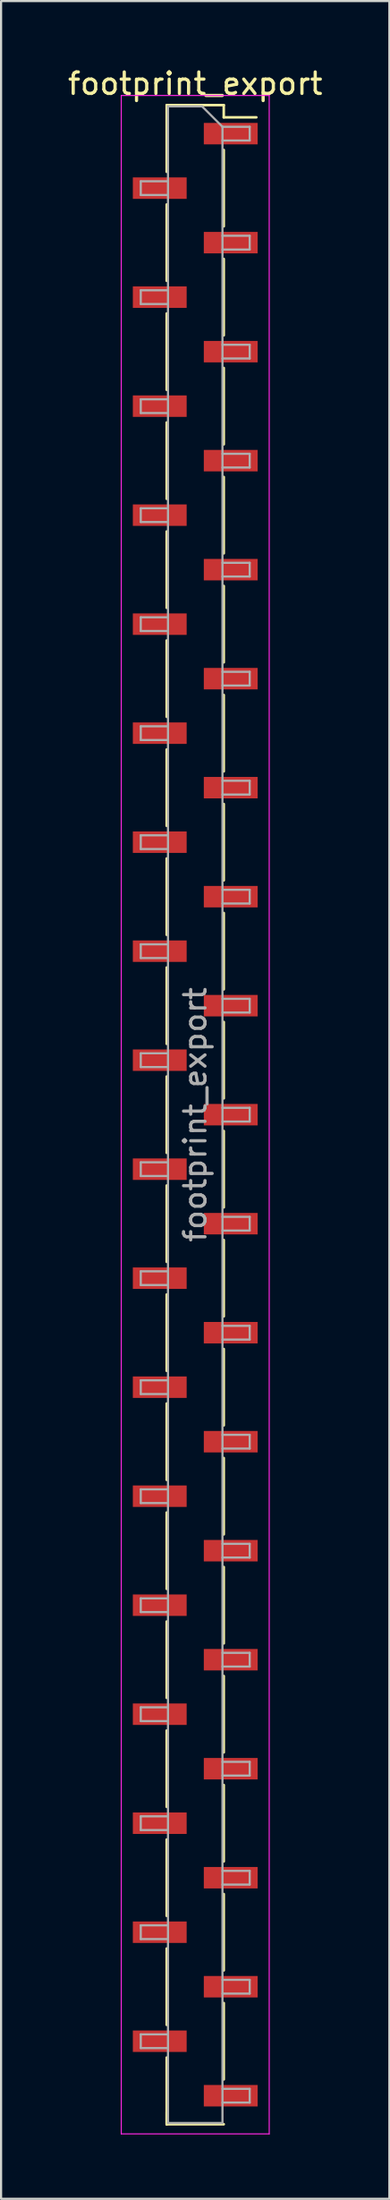
<source format=kicad_pcb>
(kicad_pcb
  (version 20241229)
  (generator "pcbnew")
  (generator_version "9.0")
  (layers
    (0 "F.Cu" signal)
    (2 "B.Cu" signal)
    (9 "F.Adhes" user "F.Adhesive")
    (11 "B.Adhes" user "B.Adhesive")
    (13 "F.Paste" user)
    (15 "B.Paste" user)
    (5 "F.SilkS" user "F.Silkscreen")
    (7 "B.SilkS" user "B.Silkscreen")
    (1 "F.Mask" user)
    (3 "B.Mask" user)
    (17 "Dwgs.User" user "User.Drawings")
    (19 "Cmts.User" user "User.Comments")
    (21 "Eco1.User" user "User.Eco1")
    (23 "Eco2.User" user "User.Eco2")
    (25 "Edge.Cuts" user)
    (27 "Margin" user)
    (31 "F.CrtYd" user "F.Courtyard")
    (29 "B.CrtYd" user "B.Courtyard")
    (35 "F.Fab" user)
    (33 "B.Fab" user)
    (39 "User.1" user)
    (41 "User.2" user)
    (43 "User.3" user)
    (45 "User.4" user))
  (footprint "footprint_export"
    (layer "F.Cu")
    (at 6.054 48.898)
    (property "Reference" "footprint_export" (at 0 -48.05 0) (layer "F.SilkS") (effects (font (size 1 1) (thickness 0.15))))
    (attr smd)
    (fp_line (start -1.33 -47.05) (end -1.33 -43.94) (stroke (width 0.12) (type solid)) (layer "F.SilkS"))
    (fp_line (start -1.33 -47.05) (end 1.33 -47.05) (stroke (width 0.12) (type solid)) (layer "F.SilkS"))
    (fp_line (start -1.33 -42.42) (end -1.33 -38.86) (stroke (width 0.12) (type solid)) (layer "F.SilkS"))
    (fp_line (start -1.33 -37.34) (end -1.33 -33.78) (stroke (width 0.12) (type solid)) (layer "F.SilkS"))
    (fp_line (start -1.33 -32.26) (end -1.33 -28.7) (stroke (width 0.12) (type solid)) (layer "F.SilkS"))
    (fp_line (start -1.33 -27.18) (end -1.33 -23.62) (stroke (width 0.12) (type solid)) (layer "F.SilkS"))
    (fp_line (start -1.33 -22.1) (end -1.33 -18.54) (stroke (width 0.12) (type solid)) (layer "F.SilkS"))
    (fp_line (start -1.33 -17.02) (end -1.33 -13.46) (stroke (width 0.12) (type solid)) (layer "F.SilkS"))
    (fp_line (start -1.33 -11.94) (end -1.33 -8.38) (stroke (width 0.12) (type solid)) (layer "F.SilkS"))
    (fp_line (start -1.33 -6.86) (end -1.33 -3.3) (stroke (width 0.12) (type solid)) (layer "F.SilkS"))
    (fp_line (start -1.33 -1.78) (end -1.33 1.78) (stroke (width 0.12) (type solid)) (layer "F.SilkS"))
    (fp_line (start -1.33 3.3) (end -1.33 6.86) (stroke (width 0.12) (type solid)) (layer "F.SilkS"))
    (fp_line (start -1.33 8.38) (end -1.33 11.94) (stroke (width 0.12) (type solid)) (layer "F.SilkS"))
    (fp_line (start -1.33 13.46) (end -1.33 17.02) (stroke (width 0.12) (type solid)) (layer "F.SilkS"))
    (fp_line (start -1.33 18.54) (end -1.33 22.1) (stroke (width 0.12) (type solid)) (layer "F.SilkS"))
    (fp_line (start -1.33 23.62) (end -1.33 27.18) (stroke (width 0.12) (type solid)) (layer "F.SilkS"))
    (fp_line (start -1.33 28.7) (end -1.33 32.26) (stroke (width 0.12) (type solid)) (layer "F.SilkS"))
    (fp_line (start -1.33 33.78) (end -1.33 37.34) (stroke (width 0.12) (type solid)) (layer "F.SilkS"))
    (fp_line (start -1.33 38.86) (end -1.33 42.42) (stroke (width 0.12) (type solid)) (layer "F.SilkS"))
    (fp_line (start -1.33 43.94) (end -1.33 47.05) (stroke (width 0.12) (type solid)) (layer "F.SilkS"))
    (fp_line (start -1.33 46.48) (end -1.33 47.05) (stroke (width 0.12) (type solid)) (layer "F.SilkS"))
    (fp_line (start -1.33 47.05) (end 1.33 47.05) (stroke (width 0.12) (type solid)) (layer "F.SilkS"))
    (fp_line (start 1.33 -47.05) (end 1.33 -46.48) (stroke (width 0.12) (type solid)) (layer "F.SilkS"))
    (fp_line (start 1.33 -46.48) (end 2.85 -46.48) (stroke (width 0.12) (type solid)) (layer "F.SilkS"))
    (fp_line (start 1.33 -44.96) (end 1.33 -41.4) (stroke (width 0.12) (type solid)) (layer "F.SilkS"))
    (fp_line (start 1.33 -39.88) (end 1.33 -36.32) (stroke (width 0.12) (type solid)) (layer "F.SilkS"))
    (fp_line (start 1.33 -34.8) (end 1.33 -31.24) (stroke (width 0.12) (type solid)) (layer "F.SilkS"))
    (fp_line (start 1.33 -29.72) (end 1.33 -26.16) (stroke (width 0.12) (type solid)) (layer "F.SilkS"))
    (fp_line (start 1.33 -24.64) (end 1.33 -21.08) (stroke (width 0.12) (type solid)) (layer "F.SilkS"))
    (fp_line (start 1.33 -19.56) (end 1.33 -16) (stroke (width 0.12) (type solid)) (layer "F.SilkS"))
    (fp_line (start 1.33 -14.48) (end 1.33 -10.92) (stroke (width 0.12) (type solid)) (layer "F.SilkS"))
    (fp_line (start 1.33 -9.4) (end 1.33 -5.84) (stroke (width 0.12) (type solid)) (layer "F.SilkS"))
    (fp_line (start 1.33 -4.32) (end 1.33 -0.76) (stroke (width 0.12) (type solid)) (layer "F.SilkS"))
    (fp_line (start 1.33 0.76) (end 1.33 4.32) (stroke (width 0.12) (type solid)) (layer "F.SilkS"))
    (fp_line (start 1.33 5.84) (end 1.33 9.4) (stroke (width 0.12) (type solid)) (layer "F.SilkS"))
    (fp_line (start 1.33 10.92) (end 1.33 14.48) (stroke (width 0.12) (type solid)) (layer "F.SilkS"))
    (fp_line (start 1.33 16) (end 1.33 19.56) (stroke (width 0.12) (type solid)) (layer "F.SilkS"))
    (fp_line (start 1.33 21.08) (end 1.33 24.64) (stroke (width 0.12) (type solid)) (layer "F.SilkS"))
    (fp_line (start 1.33 26.16) (end 1.33 29.72) (stroke (width 0.12) (type solid)) (layer "F.SilkS"))
    (fp_line (start 1.33 31.24) (end 1.33 34.8) (stroke (width 0.12) (type solid)) (layer "F.SilkS"))
    (fp_line (start 1.33 36.32) (end 1.33 39.88) (stroke (width 0.12) (type solid)) (layer "F.SilkS"))
    (fp_line (start 1.33 41.4) (end 1.33 44.96) (stroke (width 0.12) (type solid)) (layer "F.SilkS"))
    (fp_line (start -3.45 -47.5) (end -3.45 47.5) (stroke (width 0.05) (type solid)) (layer "F.CrtYd"))
    (fp_line (start -3.45 47.5) (end 3.45 47.5) (stroke (width 0.05) (type solid)) (layer "F.CrtYd"))
    (fp_line (start 3.45 -47.5) (end -3.45 -47.5) (stroke (width 0.05) (type solid)) (layer "F.CrtYd"))
    (fp_line (start 3.45 47.5) (end 3.45 -47.5) (stroke (width 0.05) (type solid)) (layer "F.CrtYd"))
    (fp_line (start -2.54 -43.5) (end -2.54 -42.86) (stroke (width 0.1) (type solid)) (layer "F.Fab"))
    (fp_line (start -2.54 -42.86) (end -1.27 -42.86) (stroke (width 0.1) (type solid)) (layer "F.Fab"))
    (fp_line (start -2.54 -38.42) (end -2.54 -37.78) (stroke (width 0.1) (type solid)) (layer "F.Fab"))
    (fp_line (start -2.54 -37.78) (end -1.27 -37.78) (stroke (width 0.1) (type solid)) (layer "F.Fab"))
    (fp_line (start -2.54 -33.34) (end -2.54 -32.7) (stroke (width 0.1) (type solid)) (layer "F.Fab"))
    (fp_line (start -2.54 -32.7) (end -1.27 -32.7) (stroke (width 0.1) (type solid)) (layer "F.Fab"))
    (fp_line (start -2.54 -28.26) (end -2.54 -27.62) (stroke (width 0.1) (type solid)) (layer "F.Fab"))
    (fp_line (start -2.54 -27.62) (end -1.27 -27.62) (stroke (width 0.1) (type solid)) (layer "F.Fab"))
    (fp_line (start -2.54 -23.18) (end -2.54 -22.54) (stroke (width 0.1) (type solid)) (layer "F.Fab"))
    (fp_line (start -2.54 -22.54) (end -1.27 -22.54) (stroke (width 0.1) (type solid)) (layer "F.Fab"))
    (fp_line (start -2.54 -18.1) (end -2.54 -17.46) (stroke (width 0.1) (type solid)) (layer "F.Fab"))
    (fp_line (start -2.54 -17.46) (end -1.27 -17.46) (stroke (width 0.1) (type solid)) (layer "F.Fab"))
    (fp_line (start -2.54 -13.02) (end -2.54 -12.38) (stroke (width 0.1) (type solid)) (layer "F.Fab"))
    (fp_line (start -2.54 -12.38) (end -1.27 -12.38) (stroke (width 0.1) (type solid)) (layer "F.Fab"))
    (fp_line (start -2.54 -7.94) (end -2.54 -7.3) (stroke (width 0.1) (type solid)) (layer "F.Fab"))
    (fp_line (start -2.54 -7.3) (end -1.27 -7.3) (stroke (width 0.1) (type solid)) (layer "F.Fab"))
    (fp_line (start -2.54 -2.86) (end -2.54 -2.22) (stroke (width 0.1) (type solid)) (layer "F.Fab"))
    (fp_line (start -2.54 -2.22) (end -1.27 -2.22) (stroke (width 0.1) (type solid)) (layer "F.Fab"))
    (fp_line (start -2.54 2.22) (end -2.54 2.86) (stroke (width 0.1) (type solid)) (layer "F.Fab"))
    (fp_line (start -2.54 2.86) (end -1.27 2.86) (stroke (width 0.1) (type solid)) (layer "F.Fab"))
    (fp_line (start -2.54 7.3) (end -2.54 7.94) (stroke (width 0.1) (type solid)) (layer "F.Fab"))
    (fp_line (start -2.54 7.94) (end -1.27 7.94) (stroke (width 0.1) (type solid)) (layer "F.Fab"))
    (fp_line (start -2.54 12.38) (end -2.54 13.02) (stroke (width 0.1) (type solid)) (layer "F.Fab"))
    (fp_line (start -2.54 13.02) (end -1.27 13.02) (stroke (width 0.1) (type solid)) (layer "F.Fab"))
    (fp_line (start -2.54 17.46) (end -2.54 18.1) (stroke (width 0.1) (type solid)) (layer "F.Fab"))
    (fp_line (start -2.54 18.1) (end -1.27 18.1) (stroke (width 0.1) (type solid)) (layer "F.Fab"))
    (fp_line (start -2.54 22.54) (end -2.54 23.18) (stroke (width 0.1) (type solid)) (layer "F.Fab"))
    (fp_line (start -2.54 23.18) (end -1.27 23.18) (stroke (width 0.1) (type solid)) (layer "F.Fab"))
    (fp_line (start -2.54 27.62) (end -2.54 28.26) (stroke (width 0.1) (type solid)) (layer "F.Fab"))
    (fp_line (start -2.54 28.26) (end -1.27 28.26) (stroke (width 0.1) (type solid)) (layer "F.Fab"))
    (fp_line (start -2.54 32.7) (end -2.54 33.34) (stroke (width 0.1) (type solid)) (layer "F.Fab"))
    (fp_line (start -2.54 33.34) (end -1.27 33.34) (stroke (width 0.1) (type solid)) (layer "F.Fab"))
    (fp_line (start -2.54 37.78) (end -2.54 38.42) (stroke (width 0.1) (type solid)) (layer "F.Fab"))
    (fp_line (start -2.54 38.42) (end -1.27 38.42) (stroke (width 0.1) (type solid)) (layer "F.Fab"))
    (fp_line (start -2.54 42.86) (end -2.54 43.5) (stroke (width 0.1) (type solid)) (layer "F.Fab"))
    (fp_line (start -2.54 43.5) (end -1.27 43.5) (stroke (width 0.1) (type solid)) (layer "F.Fab"))
    (fp_line (start -1.27 -46.99) (end -1.27 46.99) (stroke (width 0.1) (type solid)) (layer "F.Fab"))
    (fp_line (start -1.27 -46.99) (end 0.32 -46.99) (stroke (width 0.1) (type solid)) (layer "F.Fab"))
    (fp_line (start -1.27 -43.5) (end -2.54 -43.5) (stroke (width 0.1) (type solid)) (layer "F.Fab"))
    (fp_line (start -1.27 -38.42) (end -2.54 -38.42) (stroke (width 0.1) (type solid)) (layer "F.Fab"))
    (fp_line (start -1.27 -33.34) (end -2.54 -33.34) (stroke (width 0.1) (type solid)) (layer "F.Fab"))
    (fp_line (start -1.27 -28.26) (end -2.54 -28.26) (stroke (width 0.1) (type solid)) (layer "F.Fab"))
    (fp_line (start -1.27 -23.18) (end -2.54 -23.18) (stroke (width 0.1) (type solid)) (layer "F.Fab"))
    (fp_line (start -1.27 -18.1) (end -2.54 -18.1) (stroke (width 0.1) (type solid)) (layer "F.Fab"))
    (fp_line (start -1.27 -13.02) (end -2.54 -13.02) (stroke (width 0.1) (type solid)) (layer "F.Fab"))
    (fp_line (start -1.27 -7.94) (end -2.54 -7.94) (stroke (width 0.1) (type solid)) (layer "F.Fab"))
    (fp_line (start -1.27 -2.86) (end -2.54 -2.86) (stroke (width 0.1) (type solid)) (layer "F.Fab"))
    (fp_line (start -1.27 2.22) (end -2.54 2.22) (stroke (width 0.1) (type solid)) (layer "F.Fab"))
    (fp_line (start -1.27 7.3) (end -2.54 7.3) (stroke (width 0.1) (type solid)) (layer "F.Fab"))
    (fp_line (start -1.27 12.38) (end -2.54 12.38) (stroke (width 0.1) (type solid)) (layer "F.Fab"))
    (fp_line (start -1.27 17.46) (end -2.54 17.46) (stroke (width 0.1) (type solid)) (layer "F.Fab"))
    (fp_line (start -1.27 22.54) (end -2.54 22.54) (stroke (width 0.1) (type solid)) (layer "F.Fab"))
    (fp_line (start -1.27 27.62) (end -2.54 27.62) (stroke (width 0.1) (type solid)) (layer "F.Fab"))
    (fp_line (start -1.27 32.7) (end -2.54 32.7) (stroke (width 0.1) (type solid)) (layer "F.Fab"))
    (fp_line (start -1.27 37.78) (end -2.54 37.78) (stroke (width 0.1) (type solid)) (layer "F.Fab"))
    (fp_line (start -1.27 42.86) (end -2.54 42.86) (stroke (width 0.1) (type solid)) (layer "F.Fab"))
    (fp_line (start 1.27 -46.04) (end 0.32 -46.99) (stroke (width 0.1) (type solid)) (layer "F.Fab"))
    (fp_line (start 1.27 -46.04) (end 2.54 -46.04) (stroke (width 0.1) (type solid)) (layer "F.Fab"))
    (fp_line (start 1.27 -40.96) (end 2.54 -40.96) (stroke (width 0.1) (type solid)) (layer "F.Fab"))
    (fp_line (start 1.27 -35.88) (end 2.54 -35.88) (stroke (width 0.1) (type solid)) (layer "F.Fab"))
    (fp_line (start 1.27 -30.8) (end 2.54 -30.8) (stroke (width 0.1) (type solid)) (layer "F.Fab"))
    (fp_line (start 1.27 -25.72) (end 2.54 -25.72) (stroke (width 0.1) (type solid)) (layer "F.Fab"))
    (fp_line (start 1.27 -20.64) (end 2.54 -20.64) (stroke (width 0.1) (type solid)) (layer "F.Fab"))
    (fp_line (start 1.27 -15.56) (end 2.54 -15.56) (stroke (width 0.1) (type solid)) (layer "F.Fab"))
    (fp_line (start 1.27 -10.48) (end 2.54 -10.48) (stroke (width 0.1) (type solid)) (layer "F.Fab"))
    (fp_line (start 1.27 -5.4) (end 2.54 -5.4) (stroke (width 0.1) (type solid)) (layer "F.Fab"))
    (fp_line (start 1.27 -0.32) (end 2.54 -0.32) (stroke (width 0.1) (type solid)) (layer "F.Fab"))
    (fp_line (start 1.27 4.76) (end 2.54 4.76) (stroke (width 0.1) (type solid)) (layer "F.Fab"))
    (fp_line (start 1.27 9.84) (end 2.54 9.84) (stroke (width 0.1) (type solid)) (layer "F.Fab"))
    (fp_line (start 1.27 14.92) (end 2.54 14.92) (stroke (width 0.1) (type solid)) (layer "F.Fab"))
    (fp_line (start 1.27 20) (end 2.54 20) (stroke (width 0.1) (type solid)) (layer "F.Fab"))
    (fp_line (start 1.27 25.08) (end 2.54 25.08) (stroke (width 0.1) (type solid)) (layer "F.Fab"))
    (fp_line (start 1.27 30.16) (end 2.54 30.16) (stroke (width 0.1) (type solid)) (layer "F.Fab"))
    (fp_line (start 1.27 35.24) (end 2.54 35.24) (stroke (width 0.1) (type solid)) (layer "F.Fab"))
    (fp_line (start 1.27 40.32) (end 2.54 40.32) (stroke (width 0.1) (type solid)) (layer "F.Fab"))
    (fp_line (start 1.27 45.4) (end 2.54 45.4) (stroke (width 0.1) (type solid)) (layer "F.Fab"))
    (fp_line (start 1.27 46.99) (end -1.27 46.99) (stroke (width 0.1) (type solid)) (layer "F.Fab"))
    (fp_line (start 1.27 46.99) (end 1.27 -46.04) (stroke (width 0.1) (type solid)) (layer "F.Fab"))
    (fp_line (start 2.54 -46.04) (end 2.54 -45.4) (stroke (width 0.1) (type solid)) (layer "F.Fab"))
    (fp_line (start 2.54 -45.4) (end 1.27 -45.4) (stroke (width 0.1) (type solid)) (layer "F.Fab"))
    (fp_line (start 2.54 -40.96) (end 2.54 -40.32) (stroke (width 0.1) (type solid)) (layer "F.Fab"))
    (fp_line (start 2.54 -40.32) (end 1.27 -40.32) (stroke (width 0.1) (type solid)) (layer "F.Fab"))
    (fp_line (start 2.54 -35.88) (end 2.54 -35.24) (stroke (width 0.1) (type solid)) (layer "F.Fab"))
    (fp_line (start 2.54 -35.24) (end 1.27 -35.24) (stroke (width 0.1) (type solid)) (layer "F.Fab"))
    (fp_line (start 2.54 -30.8) (end 2.54 -30.16) (stroke (width 0.1) (type solid)) (layer "F.Fab"))
    (fp_line (start 2.54 -30.16) (end 1.27 -30.16) (stroke (width 0.1) (type solid)) (layer "F.Fab"))
    (fp_line (start 2.54 -25.72) (end 2.54 -25.08) (stroke (width 0.1) (type solid)) (layer "F.Fab"))
    (fp_line (start 2.54 -25.08) (end 1.27 -25.08) (stroke (width 0.1) (type solid)) (layer "F.Fab"))
    (fp_line (start 2.54 -20.64) (end 2.54 -20) (stroke (width 0.1) (type solid)) (layer "F.Fab"))
    (fp_line (start 2.54 -20) (end 1.27 -20) (stroke (width 0.1) (type solid)) (layer "F.Fab"))
    (fp_line (start 2.54 -15.56) (end 2.54 -14.92) (stroke (width 0.1) (type solid)) (layer "F.Fab"))
    (fp_line (start 2.54 -14.92) (end 1.27 -14.92) (stroke (width 0.1) (type solid)) (layer "F.Fab"))
    (fp_line (start 2.54 -10.48) (end 2.54 -9.84) (stroke (width 0.1) (type solid)) (layer "F.Fab"))
    (fp_line (start 2.54 -9.84) (end 1.27 -9.84) (stroke (width 0.1) (type solid)) (layer "F.Fab"))
    (fp_line (start 2.54 -5.4) (end 2.54 -4.76) (stroke (width 0.1) (type solid)) (layer "F.Fab"))
    (fp_line (start 2.54 -4.76) (end 1.27 -4.76) (stroke (width 0.1) (type solid)) (layer "F.Fab"))
    (fp_line (start 2.54 -0.32) (end 2.54 0.32) (stroke (width 0.1) (type solid)) (layer "F.Fab"))
    (fp_line (start 2.54 0.32) (end 1.27 0.32) (stroke (width 0.1) (type solid)) (layer "F.Fab"))
    (fp_line (start 2.54 4.76) (end 2.54 5.4) (stroke (width 0.1) (type solid)) (layer "F.Fab"))
    (fp_line (start 2.54 5.4) (end 1.27 5.4) (stroke (width 0.1) (type solid)) (layer "F.Fab"))
    (fp_line (start 2.54 9.84) (end 2.54 10.48) (stroke (width 0.1) (type solid)) (layer "F.Fab"))
    (fp_line (start 2.54 10.48) (end 1.27 10.48) (stroke (width 0.1) (type solid)) (layer "F.Fab"))
    (fp_line (start 2.54 14.92) (end 2.54 15.56) (stroke (width 0.1) (type solid)) (layer "F.Fab"))
    (fp_line (start 2.54 15.56) (end 1.27 15.56) (stroke (width 0.1) (type solid)) (layer "F.Fab"))
    (fp_line (start 2.54 20) (end 2.54 20.64) (stroke (width 0.1) (type solid)) (layer "F.Fab"))
    (fp_line (start 2.54 20.64) (end 1.27 20.64) (stroke (width 0.1) (type solid)) (layer "F.Fab"))
    (fp_line (start 2.54 25.08) (end 2.54 25.72) (stroke (width 0.1) (type solid)) (layer "F.Fab"))
    (fp_line (start 2.54 25.72) (end 1.27 25.72) (stroke (width 0.1) (type solid)) (layer "F.Fab"))
    (fp_line (start 2.54 30.16) (end 2.54 30.8) (stroke (width 0.1) (type solid)) (layer "F.Fab"))
    (fp_line (start 2.54 30.8) (end 1.27 30.8) (stroke (width 0.1) (type solid)) (layer "F.Fab"))
    (fp_line (start 2.54 35.24) (end 2.54 35.88) (stroke (width 0.1) (type solid)) (layer "F.Fab"))
    (fp_line (start 2.54 35.88) (end 1.27 35.88) (stroke (width 0.1) (type solid)) (layer "F.Fab"))
    (fp_line (start 2.54 40.32) (end 2.54 40.96) (stroke (width 0.1) (type solid)) (layer "F.Fab"))
    (fp_line (start 2.54 40.96) (end 1.27 40.96) (stroke (width 0.1) (type solid)) (layer "F.Fab"))
    (fp_line (start 2.54 45.4) (end 2.54 46.04) (stroke (width 0.1) (type solid)) (layer "F.Fab"))
    (fp_line (start 2.54 46.04) (end 1.27 46.04) (stroke (width 0.1) (type solid)) (layer "F.Fab"))
    (fp_text user "${REFERENCE}" (at 0 0 90) (layer "F.Fab") (effects (font (size 1 1) (thickness 0.15))))
    (pad "1" smd rect (at 1.655 -45.72) (size 2.51 1) (layers "F.Cu" "F.Mask" "F.Paste"))
    (pad "2" smd rect (at -1.655 -43.18) (size 2.51 1) (layers "F.Cu" "F.Mask" "F.Paste"))
    (pad "3" smd rect (at 1.655 -40.64) (size 2.51 1) (layers "F.Cu" "F.Mask" "F.Paste"))
    (pad "4" smd rect (at -1.655 -38.1) (size 2.51 1) (layers "F.Cu" "F.Mask" "F.Paste"))
    (pad "5" smd rect (at 1.655 -35.56) (size 2.51 1) (layers "F.Cu" "F.Mask" "F.Paste"))
    (pad "6" smd rect (at -1.655 -33.02) (size 2.51 1) (layers "F.Cu" "F.Mask" "F.Paste"))
    (pad "7" smd rect (at 1.655 -30.48) (size 2.51 1) (layers "F.Cu" "F.Mask" "F.Paste"))
    (pad "8" smd rect (at -1.655 -27.94) (size 2.51 1) (layers "F.Cu" "F.Mask" "F.Paste"))
    (pad "9" smd rect (at 1.655 -25.4) (size 2.51 1) (layers "F.Cu" "F.Mask" "F.Paste"))
    (pad "10" smd rect (at -1.655 -22.86) (size 2.51 1) (layers "F.Cu" "F.Mask" "F.Paste"))
    (pad "11" smd rect (at 1.655 -20.32) (size 2.51 1) (layers "F.Cu" "F.Mask" "F.Paste"))
    (pad "12" smd rect (at -1.655 -17.78) (size 2.51 1) (layers "F.Cu" "F.Mask" "F.Paste"))
    (pad "13" smd rect (at 1.655 -15.24) (size 2.51 1) (layers "F.Cu" "F.Mask" "F.Paste"))
    (pad "14" smd rect (at -1.655 -12.7) (size 2.51 1) (layers "F.Cu" "F.Mask" "F.Paste"))
    (pad "15" smd rect (at 1.655 -10.16) (size 2.51 1) (layers "F.Cu" "F.Mask" "F.Paste"))
    (pad "16" smd rect (at -1.655 -7.62) (size 2.51 1) (layers "F.Cu" "F.Mask" "F.Paste"))
    (pad "17" smd rect (at 1.655 -5.08) (size 2.51 1) (layers "F.Cu" "F.Mask" "F.Paste"))
    (pad "18" smd rect (at -1.655 -2.54) (size 2.51 1) (layers "F.Cu" "F.Mask" "F.Paste"))
    (pad "19" smd rect (at 1.655 0) (size 2.51 1) (layers "F.Cu" "F.Mask" "F.Paste"))
    (pad "20" smd rect (at -1.655 2.54) (size 2.51 1) (layers "F.Cu" "F.Mask" "F.Paste"))
    (pad "21" smd rect (at 1.655 5.08) (size 2.51 1) (layers "F.Cu" "F.Mask" "F.Paste"))
    (pad "22" smd rect (at -1.655 7.62) (size 2.51 1) (layers "F.Cu" "F.Mask" "F.Paste"))
    (pad "23" smd rect (at 1.655 10.16) (size 2.51 1) (layers "F.Cu" "F.Mask" "F.Paste"))
    (pad "24" smd rect (at -1.655 12.7) (size 2.51 1) (layers "F.Cu" "F.Mask" "F.Paste"))
    (pad "25" smd rect (at 1.655 15.24) (size 2.51 1) (layers "F.Cu" "F.Mask" "F.Paste"))
    (pad "26" smd rect (at -1.655 17.78) (size 2.51 1) (layers "F.Cu" "F.Mask" "F.Paste"))
    (pad "27" smd rect (at 1.655 20.32) (size 2.51 1) (layers "F.Cu" "F.Mask" "F.Paste"))
    (pad "28" smd rect (at -1.655 22.86) (size 2.51 1) (layers "F.Cu" "F.Mask" "F.Paste"))
    (pad "29" smd rect (at 1.655 25.4) (size 2.51 1) (layers "F.Cu" "F.Mask" "F.Paste"))
    (pad "30" smd rect (at -1.655 27.94) (size 2.51 1) (layers "F.Cu" "F.Mask" "F.Paste"))
    (pad "31" smd rect (at 1.655 30.48) (size 2.51 1) (layers "F.Cu" "F.Mask" "F.Paste"))
    (pad "32" smd rect (at -1.655 33.02) (size 2.51 1) (layers "F.Cu" "F.Mask" "F.Paste"))
    (pad "33" smd rect (at 1.655 35.56) (size 2.51 1) (layers "F.Cu" "F.Mask" "F.Paste"))
    (pad "34" smd rect (at -1.655 38.1) (size 2.51 1) (layers "F.Cu" "F.Mask" "F.Paste"))
    (pad "35" smd rect (at 1.655 40.64) (size 2.51 1) (layers "F.Cu" "F.Mask" "F.Paste"))
    (pad "36" smd rect (at -1.655 43.18) (size 2.51 1) (layers "F.Cu" "F.Mask" "F.Paste"))
    (pad "37" smd rect (at 1.655 45.72) (size 2.51 1) (layers "F.Cu" "F.Mask" "F.Paste")))
  (gr_rect
    (start -3 -3)
    (end 15.107 99.423)
    (stroke (width 0.1) (type default))
    (fill no)
    (layer "Edge.Cuts")))
</source>
